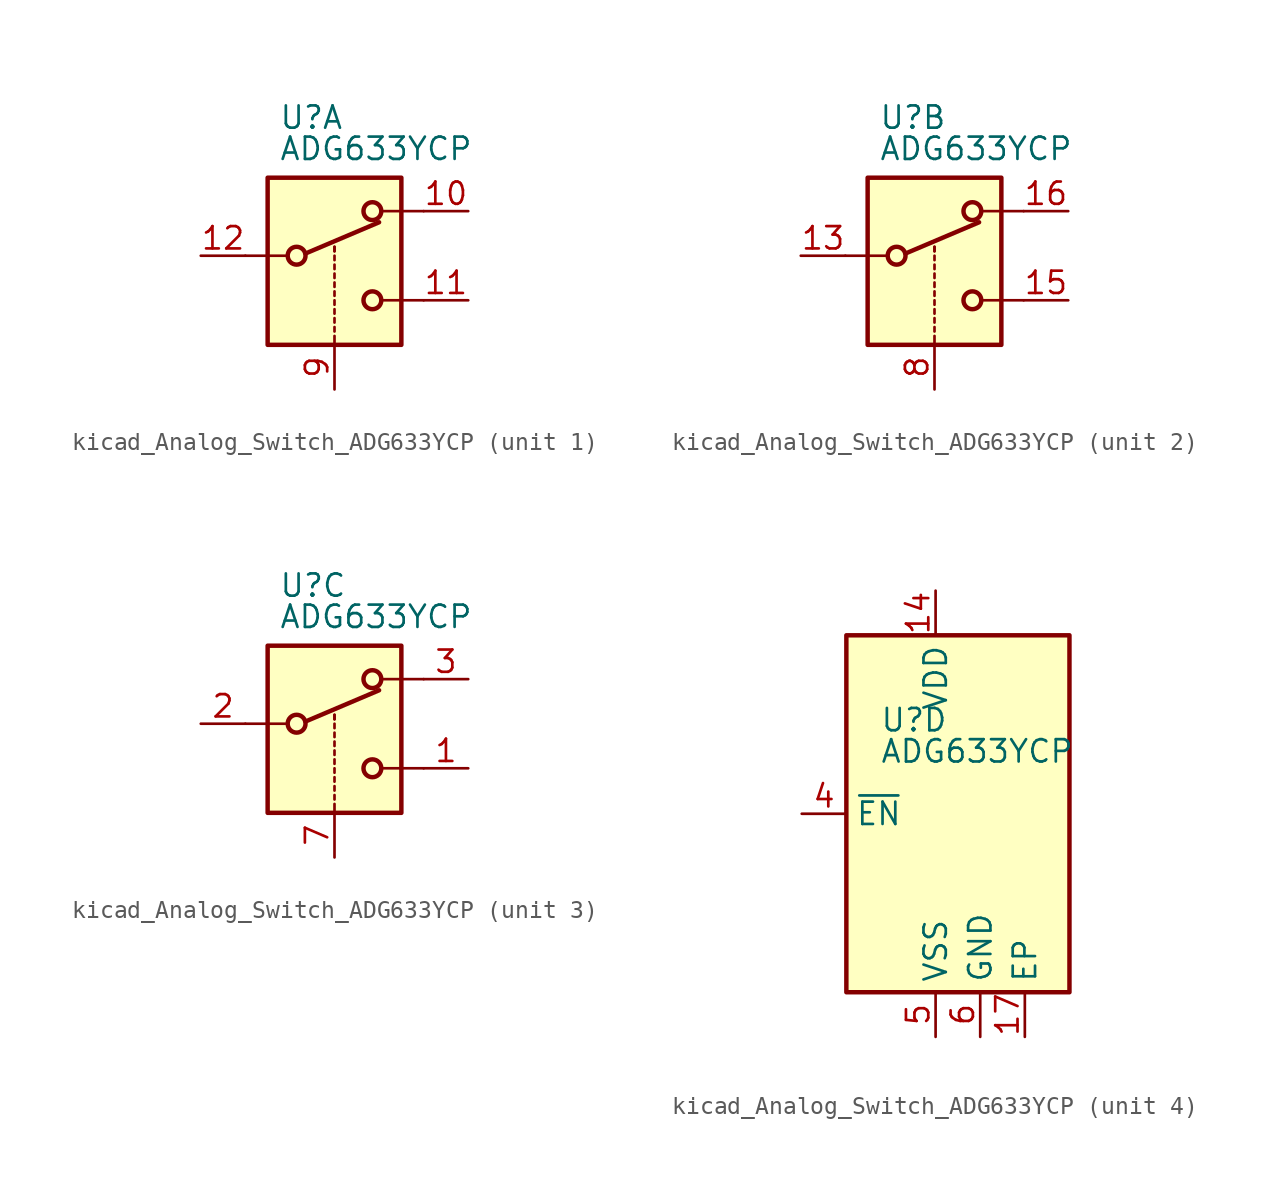
<source format=kicad_sym>
(kicad_symbol_lib
  (version 20220914)
  (generator kicad_symbol_editor)
  (symbol "kicad_Analog_Switch_ADG633YCP"
    (property "Reference" "U"
      (at -3.175 5.334 0)
      (effects (font (size 1.27 1.27)) (justify left)))
    (property "Value" "ADG633YCP"
      (at -3.175 3.556 0)
      (effects (font (size 1.27 1.27)) (justify left)))
    (symbol "kicad_Analog_Switch_ADG633YCP_1_1"
      (rectangle (start -3.81 1.905) (end 3.81 -7.62) (stroke (width 0.254) (type default)) (fill (type background)))
      (circle (center -2.159 -2.54) (radius 0.508) (stroke (width 0.254) (type default)) (fill (type none)))
      (polyline (pts (xy -5.08 -2.54) (xy -2.794 -2.54)) (stroke (width 0) (type default)) (fill (type none)))
      (polyline (pts (xy -1.651 -2.413) (xy 2.54 -0.635)) (stroke (width 0.254) (type default)) (fill (type none)))
      (polyline (pts (xy 0 -7.62) (xy 0 -7.112)) (stroke (width 0) (type default)) (fill (type none)))
      (polyline (pts (xy 0 -6.858) (xy 0 -6.604)) (stroke (width 0) (type default)) (fill (type none)))
      (polyline (pts (xy 0 -6.35) (xy 0 -6.096)) (stroke (width 0) (type default)) (fill (type none)))
      (polyline (pts (xy 0 -5.842) (xy 0 -5.588)) (stroke (width 0) (type default)) (fill (type none)))
      (polyline (pts (xy 0 -5.334) (xy 0 -5.08)) (stroke (width 0) (type default)) (fill (type none)))
      (polyline (pts (xy 0 -4.826) (xy 0 -4.572)) (stroke (width 0) (type default)) (fill (type none)))
      (polyline (pts (xy 0 -4.318) (xy 0 -4.064)) (stroke (width 0) (type default)) (fill (type none)))
      (polyline (pts (xy 0 -3.81) (xy 0 -3.556)) (stroke (width 0) (type default)) (fill (type none)))
      (polyline (pts (xy 0 -3.302) (xy 0 -3.048)) (stroke (width 0) (type default)) (fill (type none)))
      (polyline (pts (xy 0 -2.794) (xy 0 -2.54)) (stroke (width 0) (type default)) (fill (type none)))
      (polyline (pts (xy 0 -2.286) (xy 0 -2.032)) (stroke (width 0) (type default)) (fill (type none)))
      (polyline (pts (xy 0 -2.286) (xy 0 -2.032)) (stroke (width 0) (type default)) (fill (type none)))
      (polyline (pts (xy 5.08 -5.08) (xy 2.794 -5.08)) (stroke (width 0) (type default)) (fill (type none)))
      (polyline (pts (xy 5.08 0) (xy 2.794 0)) (stroke (width 0) (type default)) (fill (type none)))
      (circle (center 2.159 -5.08) (radius 0.508) (stroke (width 0.254) (type default)) (fill (type none)))
      (circle (center 2.159 0) (radius 0.508) (stroke (width 0.254) (type default)) (fill (type none)))
      (pin passive line (at 7.62 0 180) (length 2.54) (name "~" (effects (font (size 1.27 1.27)))) (number "10" (effects (font (size 1.27 1.27)))))
      (pin passive line (at 7.62 -5.08 180) (length 2.54) (name "~" (effects (font (size 1.27 1.27)))) (number "11" (effects (font (size 1.27 1.27)))))
      (pin passive line (at -7.62 -2.54 0) (length 2.54) (name "~" (effects (font (size 1.27 1.27)))) (number "12" (effects (font (size 1.27 1.27)))))
      (pin input line (at 0 -10.16 90) (length 2.54) (name "~" (effects (font (size 1.27 1.27)))) (number "9" (effects (font (size 1.27 1.27))))))
    (symbol "kicad_Analog_Switch_ADG633YCP_2_1"
      (rectangle (start -3.81 1.905) (end 3.81 -7.62) (stroke (width 0.254) (type default)) (fill (type background)))
      (circle (center -2.159 -2.54) (radius 0.508) (stroke (width 0.254) (type default)) (fill (type none)))
      (polyline (pts (xy -5.08 -2.54) (xy -2.794 -2.54)) (stroke (width 0) (type default)) (fill (type none)))
      (polyline (pts (xy -1.651 -2.413) (xy 2.54 -0.635)) (stroke (width 0.254) (type default)) (fill (type none)))
      (polyline (pts (xy 0 -7.62) (xy 0 -7.112)) (stroke (width 0) (type default)) (fill (type none)))
      (polyline (pts (xy 0 -6.858) (xy 0 -6.604)) (stroke (width 0) (type default)) (fill (type none)))
      (polyline (pts (xy 0 -6.35) (xy 0 -6.096)) (stroke (width 0) (type default)) (fill (type none)))
      (polyline (pts (xy 0 -5.842) (xy 0 -5.588)) (stroke (width 0) (type default)) (fill (type none)))
      (polyline (pts (xy 0 -5.334) (xy 0 -5.08)) (stroke (width 0) (type default)) (fill (type none)))
      (polyline (pts (xy 0 -4.826) (xy 0 -4.572)) (stroke (width 0) (type default)) (fill (type none)))
      (polyline (pts (xy 0 -4.318) (xy 0 -4.064)) (stroke (width 0) (type default)) (fill (type none)))
      (polyline (pts (xy 0 -3.81) (xy 0 -3.556)) (stroke (width 0) (type default)) (fill (type none)))
      (polyline (pts (xy 0 -3.302) (xy 0 -3.048)) (stroke (width 0) (type default)) (fill (type none)))
      (polyline (pts (xy 0 -2.794) (xy 0 -2.54)) (stroke (width 0) (type default)) (fill (type none)))
      (polyline (pts (xy 0 -2.286) (xy 0 -2.032)) (stroke (width 0) (type default)) (fill (type none)))
      (polyline (pts (xy 0 -2.286) (xy 0 -2.032)) (stroke (width 0) (type default)) (fill (type none)))
      (polyline (pts (xy 5.08 -5.08) (xy 2.794 -5.08)) (stroke (width 0) (type default)) (fill (type none)))
      (polyline (pts (xy 5.08 0) (xy 2.794 0)) (stroke (width 0) (type default)) (fill (type none)))
      (circle (center 2.159 -5.08) (radius 0.508) (stroke (width 0.254) (type default)) (fill (type none)))
      (circle (center 2.159 0) (radius 0.508) (stroke (width 0.254) (type default)) (fill (type none)))
      (pin passive line (at -7.62 -2.54 0) (length 2.54) (name "~" (effects (font (size 1.27 1.27)))) (number "13" (effects (font (size 1.27 1.27)))))
      (pin passive line (at 7.62 -5.08 180) (length 2.54) (name "~" (effects (font (size 1.27 1.27)))) (number "15" (effects (font (size 1.27 1.27)))))
      (pin passive line (at 7.62 0 180) (length 2.54) (name "~" (effects (font (size 1.27 1.27)))) (number "16" (effects (font (size 1.27 1.27)))))
      (pin input line (at 0 -10.16 90) (length 2.54) (name "~" (effects (font (size 1.27 1.27)))) (number "8" (effects (font (size 1.27 1.27))))))
    (symbol "kicad_Analog_Switch_ADG633YCP_3_1"
      (rectangle (start -3.81 1.905) (end 3.81 -7.62) (stroke (width 0.254) (type default)) (fill (type background)))
      (circle (center -2.159 -2.54) (radius 0.508) (stroke (width 0.254) (type default)) (fill (type none)))
      (polyline (pts (xy -5.08 -2.54) (xy -2.794 -2.54)) (stroke (width 0) (type default)) (fill (type none)))
      (polyline (pts (xy -1.651 -2.413) (xy 2.54 -0.635)) (stroke (width 0.254) (type default)) (fill (type none)))
      (polyline (pts (xy 0 -7.62) (xy 0 -7.112)) (stroke (width 0) (type default)) (fill (type none)))
      (polyline (pts (xy 0 -6.858) (xy 0 -6.604)) (stroke (width 0) (type default)) (fill (type none)))
      (polyline (pts (xy 0 -6.35) (xy 0 -6.096)) (stroke (width 0) (type default)) (fill (type none)))
      (polyline (pts (xy 0 -5.842) (xy 0 -5.588)) (stroke (width 0) (type default)) (fill (type none)))
      (polyline (pts (xy 0 -5.334) (xy 0 -5.08)) (stroke (width 0) (type default)) (fill (type none)))
      (polyline (pts (xy 0 -4.826) (xy 0 -4.572)) (stroke (width 0) (type default)) (fill (type none)))
      (polyline (pts (xy 0 -4.318) (xy 0 -4.064)) (stroke (width 0) (type default)) (fill (type none)))
      (polyline (pts (xy 0 -3.81) (xy 0 -3.556)) (stroke (width 0) (type default)) (fill (type none)))
      (polyline (pts (xy 0 -3.302) (xy 0 -3.048)) (stroke (width 0) (type default)) (fill (type none)))
      (polyline (pts (xy 0 -2.794) (xy 0 -2.54)) (stroke (width 0) (type default)) (fill (type none)))
      (polyline (pts (xy 0 -2.286) (xy 0 -2.032)) (stroke (width 0) (type default)) (fill (type none)))
      (polyline (pts (xy 0 -2.286) (xy 0 -2.032)) (stroke (width 0) (type default)) (fill (type none)))
      (polyline (pts (xy 5.08 -5.08) (xy 2.794 -5.08)) (stroke (width 0) (type default)) (fill (type none)))
      (polyline (pts (xy 5.08 0) (xy 2.794 0)) (stroke (width 0) (type default)) (fill (type none)))
      (circle (center 2.159 -5.08) (radius 0.508) (stroke (width 0.254) (type default)) (fill (type none)))
      (circle (center 2.159 0) (radius 0.508) (stroke (width 0.254) (type default)) (fill (type none)))
      (pin passive line (at 7.62 -5.08 180) (length 2.54) (name "~" (effects (font (size 1.27 1.27)))) (number "1" (effects (font (size 1.27 1.27)))))
      (pin passive line (at -7.62 -2.54 0) (length 2.54) (name "~" (effects (font (size 1.27 1.27)))) (number "2" (effects (font (size 1.27 1.27)))))
      (pin passive line (at 7.62 0 180) (length 2.54) (name "~" (effects (font (size 1.27 1.27)))) (number "3" (effects (font (size 1.27 1.27)))))
      (pin input line (at 0 -10.16 90) (length 2.54) (name "~" (effects (font (size 1.27 1.27)))) (number "7" (effects (font (size 1.27 1.27))))))
    (symbol "kicad_Analog_Switch_ADG633YCP_4_0"
      (pin power_in line (at 0 12.7 270) (length 2.54) (name "VDD" (effects (font (size 1.27 1.27)))) (number "14" (effects (font (size 1.27 1.27)))))
      (pin power_in line (at 5.08 -12.7 90) (length 2.54) (name "EP" (effects (font (size 1.27 1.27)))) (number "17" (effects (font (size 1.27 1.27)))))
      (pin input line (at -7.62 0 0) (length 2.54) (name "~{EN}" (effects (font (size 1.27 1.27)))) (number "4" (effects (font (size 1.27 1.27)))))
      (pin power_in line (at 0 -12.7 90) (length 2.54) (name "VSS" (effects (font (size 1.27 1.27)))) (number "5" (effects (font (size 1.27 1.27)))))
      (pin power_in line (at 2.54 -12.7 90) (length 2.54) (name "GND" (effects (font (size 1.27 1.27)))) (number "6" (effects (font (size 1.27 1.27))))))
    (symbol "kicad_Analog_Switch_ADG633YCP_4_1"
      (rectangle (start -5.08 10.16) (end 7.62 -10.16) (stroke (width 0.254) (type default)) (fill (type background))))))
</source>
